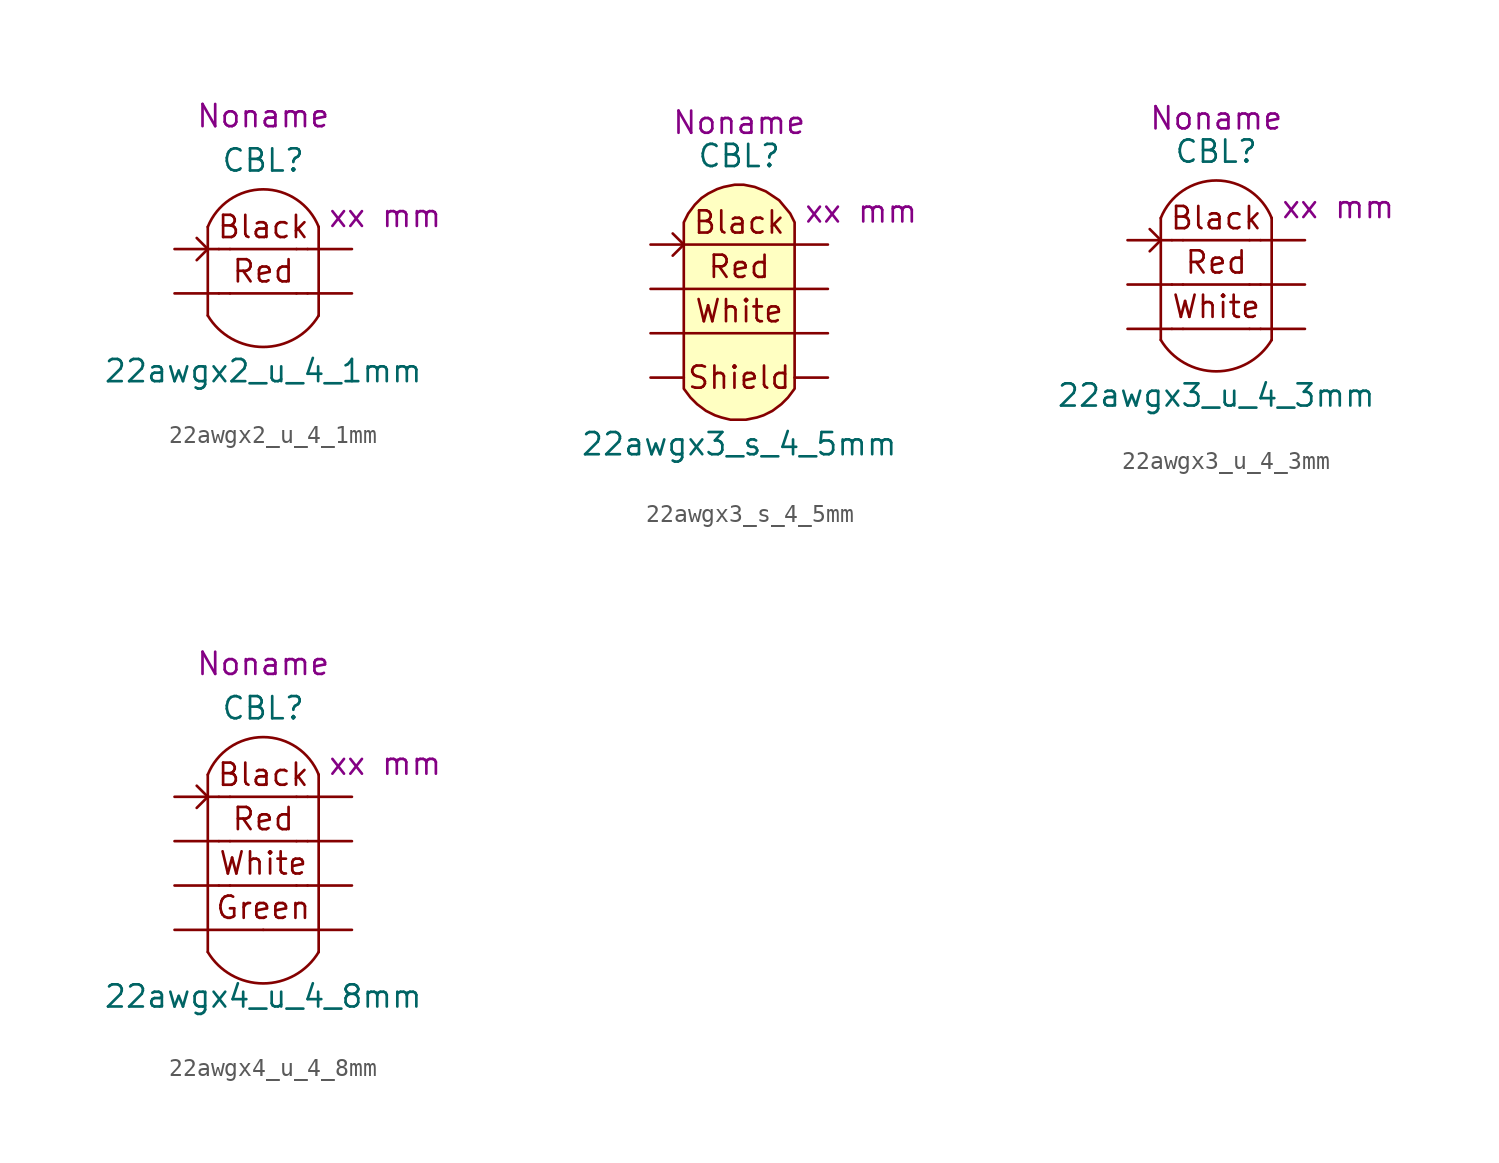
<source format=kicad_sym>
(kicad_symbol_lib
  (version 20211014)
  (generator kicad_symbol_editor)
  (symbol "22awgx2_u_4_1mm"
    (pin_numbers hide)
    (pin_names hide)
    (property "Reference" "CBL"
      (at 0 7.62 0)
      (effects (font (size 1.27 1.27))))
    (property "Value" "22awgx2_u_4_1mm"
      (at 0 -4.445 0)
      (effects (font (size 1.27 1.27))))
    (property "Length" "xx mm"
      (at 6.985 4.445 0)
      (effects (font (size 1.27 1.27))))
    (property "Harness_name" "Noname"
      (at 0 10.16 0)
      (effects (font (size 1.27 1.27))))
    (symbol "22awgx2_u_4_1mm_0_0"
      (arc (start -3.175 -1.27) (mid 0 -3.0677) (end 3.175 -1.27) (stroke (width 0) (type default) (color 0 0 0 0)) (fill (type none)))
      (polyline (pts (xy -3.175 3.81) (xy -3.175 -1.27)) (stroke (width 0) (type default) (color 0 0 0 0)) (fill (type none)))
      (polyline (pts (xy -1.905 0) (xy 1.905 0)) (stroke (width 0) (type default) (color 0 0 0 0)) (fill (type none)))
      (polyline (pts (xy -1.905 2.54) (xy 1.905 2.54)) (stroke (width 0) (type default) (color 0 0 0 0)) (fill (type none)))
      (polyline (pts (xy 3.175 3.81) (xy 3.175 -1.27)) (stroke (width 0) (type default) (color 0 0 0 0)) (fill (type none)))
      (arc (start 3.175 3.81) (mid 0 5.9596) (end -3.175 3.81) (stroke (width 0) (type default) (color 0 0 0 0)) (fill (type none)))
      (text "Black" (at 0 3.81 0) (effects (font (size 1.27 1.27))))
      (text "Red" (at 0 1.27 0) (effects (font (size 1.27 1.27)))))
    (symbol "22awgx2_u_4_1mm_0_1"
      (polyline (pts (xy -1.905 0) (xy -2.54 0)) (stroke (width 0) (type default) (color 0 0 0 0)) (fill (type none)))
      (polyline (pts (xy -1.905 2.54) (xy -2.54 2.54)) (stroke (width 0) (type default) (color 0 0 0 0)) (fill (type none)))
      (polyline (pts (xy 2.54 0) (xy 1.905 0)) (stroke (width 0) (type default) (color 0 0 0 0)) (fill (type none)))
      (polyline (pts (xy 2.54 2.54) (xy 1.905 2.54)) (stroke (width 0) (type default) (color 0 0 0 0)) (fill (type none)))
      (polyline (pts (xy -3.81 3.175) (xy -3.175 2.54) (xy -3.81 1.905)) (stroke (width 0) (type default) (color 0 0 0 0)) (fill (type none))))
    (symbol "22awgx2_u_4_1mm_1_1"
      (pin passive line (at -5.08 2.54 0) (length 2.54) (name "C1.1" (effects (font (size 1.27 1.27)))) (number "1" (effects (font (size 1.27 1.27)))))
      (pin passive line (at 5.08 2.54 180) (length 2.54) (name "C1.2" (effects (font (size 1.27 1.27)))) (number "2" (effects (font (size 1.27 1.27)))))
      (pin passive line (at -5.08 0 0) (length 2.54) (name "C2.1" (effects (font (size 1.27 1.27)))) (number "3" (effects (font (size 1.27 1.27)))))
      (pin passive line (at 5.08 0 180) (length 2.54) (name "C2.2" (effects (font (size 1.27 1.27)))) (number "4" (effects (font (size 1.27 1.27)))))))
  (symbol "22awgx3_s_4_5mm"
    (pin_numbers hide)
    (pin_names hide)
    (property "Reference" "CBL"
      (at 0 8.89 0)
      (effects (font (size 1.27 1.27))))
    (property "Value" "22awgx3_s_4_5mm"
      (at 0 -7.62 0)
      (effects (font (size 1.27 1.27))))
    (property "Length" "xx mm"
      (at 6.985 5.715 0)
      (effects (font (size 1.27 1.27))))
    (property "Harness_name" "Noname"
      (at 0 10.795 0)
      (effects (font (size 1.27 1.27))))
    (symbol "22awgx3_s_4_5mm_0_0"
      (polyline (pts (xy -3.175 -1.27) (xy 3.175 -1.27)) (stroke (width 0) (type default) (color 0 0 0 0)) (fill (type none)))
      (polyline (pts (xy -3.175 1.27) (xy 3.175 1.27)) (stroke (width 0) (type default) (color 0 0 0 0)) (fill (type none)))
      (polyline (pts (xy -3.175 3.81) (xy 3.175 3.81)) (stroke (width 0) (type default) (color 0 0 0 0)) (fill (type none)))
      (polyline (pts (xy 3.175 -4.445) (xy 3.175 5.08) (xy 2.921 5.588) (xy 2.286 6.35) (xy 1.524 6.858) (xy 0.889 7.112) (xy 0.254 7.239) (xy -0.254 7.239) (xy -0.889 7.112) (xy -1.27 6.985) (xy -1.778 6.731) (xy -2.159 6.477) (xy -2.54 6.096) (xy -2.921 5.588) (xy -3.175 5.08) (xy -3.175 -4.445) (xy -2.794 -4.953) (xy -2.413 -5.334) (xy -1.905 -5.715) (xy -1.397 -5.969) (xy -1.016 -6.096) (xy -0.508 -6.223) (xy -0.381 -6.223) (xy 0.381 -6.223) (xy 1.016 -6.096) (xy 1.397 -5.969) (xy 1.905 -5.715) (xy 2.413 -5.334) (xy 2.794 -4.953) (xy 3.175 -4.445)) (stroke (width 0) (type default) (color 0 0 0 0)) (fill (type background)))
      (text "Black" (at 0 5.08 0) (effects (font (size 1.27 1.27))))
      (text "Red" (at 0 2.54 0) (effects (font (size 1.27 1.27))))
      (text "White" (at 0 0 0) (effects (font (size 1.27 1.27)))))
    (symbol "22awgx3_s_4_5mm_0_1"
      (polyline (pts (xy -3.81 4.445) (xy -3.175 3.81) (xy -3.81 3.175)) (stroke (width 0) (type default) (color 0 0 0 0)) (fill (type none))))
    (symbol "22awgx3_s_4_5mm_1_1"
      (text "Shield" (at 0 -3.81 0) (effects (font (size 1.27 1.27))))
      (pin passive line (at -5.08 3.81 0) (length 1.905) (name "C1.1" (effects (font (size 1.27 1.27)))) (number "1" (effects (font (size 1.27 1.27)))))
      (pin passive line (at 5.08 3.81 180) (length 1.905) (name "C1.2" (effects (font (size 1.27 1.27)))) (number "2" (effects (font (size 1.27 1.27)))))
      (pin passive line (at -5.08 1.27 0) (length 1.905) (name "C2.1" (effects (font (size 1.27 1.27)))) (number "3" (effects (font (size 1.27 1.27)))))
      (pin passive line (at 5.08 1.27 180) (length 1.905) (name "C2.2" (effects (font (size 1.27 1.27)))) (number "4" (effects (font (size 1.27 1.27)))))
      (pin passive line (at -5.08 -1.27 0) (length 1.905) (name "C3.1" (effects (font (size 1.27 1.27)))) (number "5" (effects (font (size 1.27 1.27)))))
      (pin passive line (at 5.08 -1.27 180) (length 1.905) (name "C3.2" (effects (font (size 1.27 1.27)))) (number "6" (effects (font (size 1.27 1.27)))))
      (pin passive line (at -5.08 -3.81 0) (length 1.905) (name "C4.1" (effects (font (size 1.27 1.27)))) (number "7" (effects (font (size 1.27 1.27)))))
      (pin passive line (at 5.08 -3.81 180) (length 1.905) (name "C4.2" (effects (font (size 1.27 1.27)))) (number "8" (effects (font (size 1.27 1.27)))))))
  (symbol "22awgx3_u_4_3mm"
    (pin_numbers hide)
    (pin_names hide)
    (property "Reference" "CBL"
      (at 0 7.62 0)
      (effects (font (size 1.27 1.27))))
    (property "Value" "22awgx3_u_4_3mm"
      (at 0 -6.35 0)
      (effects (font (size 1.27 1.27))))
    (property "Length" "xx mm"
      (at 6.985 4.445 0)
      (effects (font (size 1.27 1.27))))
    (property "Harness_name" "Noname"
      (at 0 9.525 0)
      (effects (font (size 1.27 1.27))))
    (symbol "22awgx3_u_4_3mm_0_0"
      (arc (start -3.175 -3.175) (mid 0 -4.9727) (end 3.175 -3.175) (stroke (width 0) (type default) (color 0 0 0 0)) (fill (type none)))
      (polyline (pts (xy -3.175 3.81) (xy -3.175 -3.175)) (stroke (width 0) (type default) (color 0 0 0 0)) (fill (type none)))
      (polyline (pts (xy -1.905 -2.54) (xy 1.905 -2.54)) (stroke (width 0) (type default) (color 0 0 0 0)) (fill (type none)))
      (polyline (pts (xy -1.905 0) (xy 1.905 0)) (stroke (width 0) (type default) (color 0 0 0 0)) (fill (type none)))
      (polyline (pts (xy -1.905 2.54) (xy 1.905 2.54)) (stroke (width 0) (type default) (color 0 0 0 0)) (fill (type none)))
      (polyline (pts (xy 3.175 3.81) (xy 3.175 -3.175)) (stroke (width 0) (type default) (color 0 0 0 0)) (fill (type none)))
      (arc (start 3.175 3.81) (mid 0 5.9596) (end -3.175 3.81) (stroke (width 0) (type default) (color 0 0 0 0)) (fill (type none)))
      (text "Black" (at 0 3.81 0) (effects (font (size 1.27 1.27))))
      (text "Red" (at 0 1.27 0) (effects (font (size 1.27 1.27))))
      (text "White" (at 0 -1.27 0) (effects (font (size 1.27 1.27)))))
    (symbol "22awgx3_u_4_3mm_0_1"
      (polyline (pts (xy -1.905 -2.54) (xy -2.54 -2.54)) (stroke (width 0) (type default) (color 0 0 0 0)) (fill (type none)))
      (polyline (pts (xy -1.905 0) (xy -2.54 0)) (stroke (width 0) (type default) (color 0 0 0 0)) (fill (type none)))
      (polyline (pts (xy -1.905 2.54) (xy -2.54 2.54)) (stroke (width 0) (type default) (color 0 0 0 0)) (fill (type none)))
      (polyline (pts (xy 2.54 -2.54) (xy 1.905 -2.54)) (stroke (width 0) (type default) (color 0 0 0 0)) (fill (type none)))
      (polyline (pts (xy 2.54 0) (xy 1.905 0)) (stroke (width 0) (type default) (color 0 0 0 0)) (fill (type none)))
      (polyline (pts (xy 2.54 2.54) (xy 1.905 2.54)) (stroke (width 0) (type default) (color 0 0 0 0)) (fill (type none)))
      (polyline (pts (xy -3.81 3.175) (xy -3.175 2.54) (xy -3.81 1.905)) (stroke (width 0) (type default) (color 0 0 0 0)) (fill (type none))))
    (symbol "22awgx3_u_4_3mm_1_1"
      (pin passive line (at -5.08 2.54 0) (length 2.54) (name "C1.1" (effects (font (size 1.27 1.27)))) (number "1" (effects (font (size 1.27 1.27)))))
      (pin passive line (at 5.08 2.54 180) (length 2.54) (name "C1.2" (effects (font (size 1.27 1.27)))) (number "2" (effects (font (size 1.27 1.27)))))
      (pin passive line (at -5.08 0 0) (length 2.54) (name "C2.1" (effects (font (size 1.27 1.27)))) (number "3" (effects (font (size 1.27 1.27)))))
      (pin passive line (at 5.08 0 180) (length 2.54) (name "C2.2" (effects (font (size 1.27 1.27)))) (number "4" (effects (font (size 1.27 1.27)))))
      (pin passive line (at -5.08 -2.54 0) (length 2.54) (name "C3.1" (effects (font (size 1.27 1.27)))) (number "5" (effects (font (size 1.27 1.27)))))
      (pin passive line (at 5.08 -2.54 180) (length 2.54) (name "C3.2" (effects (font (size 1.27 1.27)))) (number "6" (effects (font (size 1.27 1.27)))))))
  (symbol "22awgx4_u_4_8mm"
    (pin_numbers hide)
    (pin_names hide)
    (property "Reference" "CBL"
      (at 0 7.62 0)
      (effects (font (size 1.27 1.27))))
    (property "Value" "22awgx4_u_4_8mm"
      (at 0 -8.89 0)
      (effects (font (size 1.27 1.27))))
    (property "Length" "xx mm"
      (at 6.985 4.445 0)
      (effects (font (size 1.27 1.27))))
    (property "Harness_name" "Noname"
      (at 0 10.16 0)
      (effects (font (size 1.27 1.27))))
    (symbol "22awgx4_u_4_8mm_0_0"
      (arc (start -3.175 -6.35) (mid 0 -8.1477) (end 3.175 -6.35) (stroke (width 0) (type default) (color 0 0 0 0)) (fill (type none)))
      (polyline (pts (xy -3.175 3.81) (xy -3.175 -6.35)) (stroke (width 0) (type default) (color 0 0 0 0)) (fill (type none)))
      (polyline (pts (xy -1.905 -2.54) (xy 1.905 -2.54)) (stroke (width 0) (type default) (color 0 0 0 0)) (fill (type none)))
      (polyline (pts (xy -1.905 0) (xy 1.905 0)) (stroke (width 0) (type default) (color 0 0 0 0)) (fill (type none)))
      (polyline (pts (xy -1.905 2.54) (xy 1.905 2.54)) (stroke (width 0) (type default) (color 0 0 0 0)) (fill (type none)))
      (polyline (pts (xy 3.175 3.81) (xy 3.175 -6.35)) (stroke (width 0) (type default) (color 0 0 0 0)) (fill (type none)))
      (arc (start 3.175 3.81) (mid 0 5.9596) (end -3.175 3.81) (stroke (width 0) (type default) (color 0 0 0 0)) (fill (type none)))
      (text "Black" (at 0 3.81 0) (effects (font (size 1.27 1.27))))
      (text "Green" (at 0 -3.81 0) (effects (font (size 1.27 1.27))))
      (text "Red" (at 0 1.27 0) (effects (font (size 1.27 1.27))))
      (text "White" (at 0 -1.27 0) (effects (font (size 1.27 1.27))))
      (pin passive line (at -5.08 -5.08 0) (length 5.08) (name "C4.1" (effects (font (size 1.27 1.27)))) (number "7" (effects (font (size 1.27 1.27)))))
      (pin passive line (at 5.08 -5.08 180) (length 5.08) (name "C4.2" (effects (font (size 1.27 1.27)))) (number "8" (effects (font (size 1.27 1.27))))))
    (symbol "22awgx4_u_4_8mm_0_1"
      (polyline (pts (xy -1.905 -2.54) (xy -2.54 -2.54)) (stroke (width 0) (type default) (color 0 0 0 0)) (fill (type none)))
      (polyline (pts (xy -1.905 0) (xy -2.54 0)) (stroke (width 0) (type default) (color 0 0 0 0)) (fill (type none)))
      (polyline (pts (xy -1.905 2.54) (xy -2.54 2.54)) (stroke (width 0) (type default) (color 0 0 0 0)) (fill (type none)))
      (polyline (pts (xy 2.54 -2.54) (xy 1.905 -2.54)) (stroke (width 0) (type default) (color 0 0 0 0)) (fill (type none)))
      (polyline (pts (xy 2.54 0) (xy 1.905 0)) (stroke (width 0) (type default) (color 0 0 0 0)) (fill (type none)))
      (polyline (pts (xy 2.54 2.54) (xy 1.905 2.54)) (stroke (width 0) (type default) (color 0 0 0 0)) (fill (type none)))
      (polyline (pts (xy -3.81 3.175) (xy -3.175 2.54) (xy -3.81 1.905)) (stroke (width 0) (type default) (color 0 0 0 0)) (fill (type none))))
    (symbol "22awgx4_u_4_8mm_1_1"
      (pin passive line (at -5.08 2.54 0) (length 2.54) (name "C1.1" (effects (font (size 1.27 1.27)))) (number "1" (effects (font (size 1.27 1.27)))))
      (pin passive line (at 5.08 2.54 180) (length 2.54) (name "C1.2" (effects (font (size 1.27 1.27)))) (number "2" (effects (font (size 1.27 1.27)))))
      (pin passive line (at -5.08 0 0) (length 2.54) (name "C2.1" (effects (font (size 1.27 1.27)))) (number "3" (effects (font (size 1.27 1.27)))))
      (pin passive line (at 5.08 0 180) (length 2.54) (name "C2.2" (effects (font (size 1.27 1.27)))) (number "4" (effects (font (size 1.27 1.27)))))
      (pin passive line (at -5.08 -2.54 0) (length 2.54) (name "C3.1" (effects (font (size 1.27 1.27)))) (number "5" (effects (font (size 1.27 1.27)))))
      (pin passive line (at 5.08 -2.54 180) (length 2.54) (name "C3.2" (effects (font (size 1.27 1.27)))) (number "6" (effects (font (size 1.27 1.27))))))))
</source>
